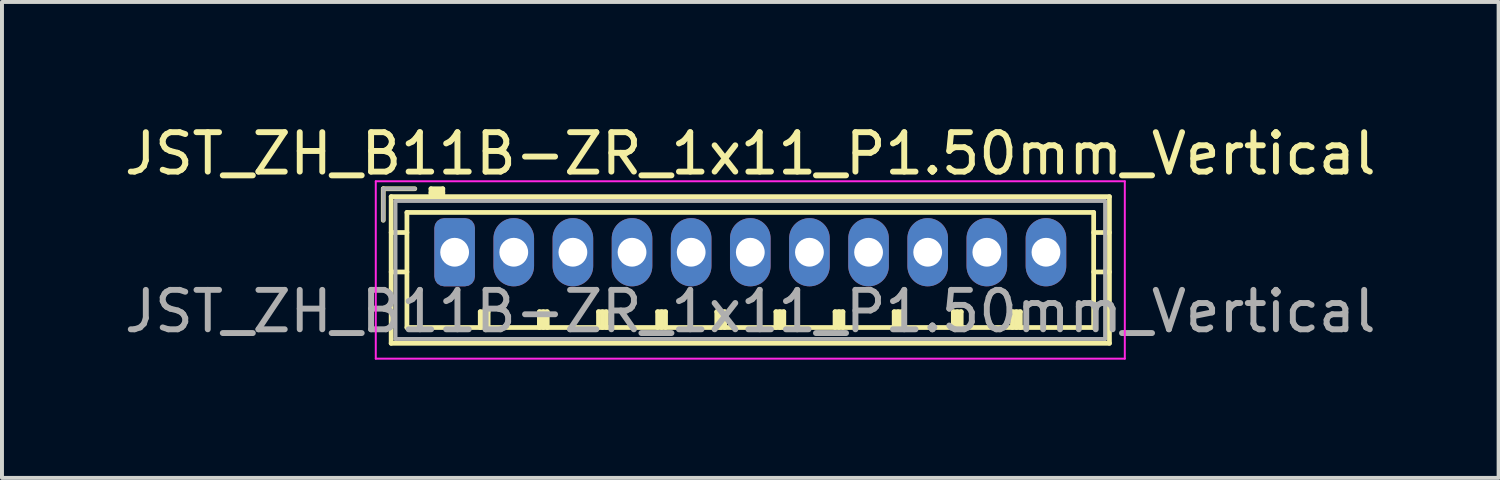
<source format=kicad_pcb>
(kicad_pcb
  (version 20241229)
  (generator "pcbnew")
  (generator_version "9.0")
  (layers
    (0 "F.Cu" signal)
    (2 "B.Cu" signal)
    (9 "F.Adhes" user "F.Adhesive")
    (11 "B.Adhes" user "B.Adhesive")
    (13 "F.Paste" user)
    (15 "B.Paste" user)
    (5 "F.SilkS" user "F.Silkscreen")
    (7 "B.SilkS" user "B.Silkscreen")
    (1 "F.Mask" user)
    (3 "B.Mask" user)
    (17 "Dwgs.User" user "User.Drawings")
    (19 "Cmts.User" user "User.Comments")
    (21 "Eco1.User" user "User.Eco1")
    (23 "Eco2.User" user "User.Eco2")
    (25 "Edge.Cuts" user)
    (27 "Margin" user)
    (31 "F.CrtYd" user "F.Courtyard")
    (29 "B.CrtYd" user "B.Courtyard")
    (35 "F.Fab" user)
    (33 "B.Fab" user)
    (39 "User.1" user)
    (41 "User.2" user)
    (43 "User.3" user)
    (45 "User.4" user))
  (footprint "JST_ZH_B11B-ZR_1x11_P1.50mm_Vertical"
    (layer "F.Cu")
    (at 8.482 3.348)
    (property "Reference" "JST_ZH_B11B-ZR_1x11_P1.50mm_Vertical" (at 7.5 -2.5 0) (layer "F.SilkS") (effects (font (size 1 1) (thickness 0.15))))
    (attr through_hole)
    (fp_line (start -1.81 -1.61) (end -1.81 -0.81) (stroke (width 0.12) (type solid)) (layer "F.SilkS"))
    (fp_line (start -1.61 -1.41) (end -1.61 2.31) (stroke (width 0.12) (type solid)) (layer "F.SilkS"))
    (fp_line (start -1.61 -0.5) (end -1.21 -0.5) (stroke (width 0.12) (type solid)) (layer "F.SilkS"))
    (fp_line (start -1.61 0.5) (end -1.21 0.5) (stroke (width 0.12) (type solid)) (layer "F.SilkS"))
    (fp_line (start -1.61 2.31) (end 16.61 2.31) (stroke (width 0.12) (type solid)) (layer "F.SilkS"))
    (fp_line (start -1.21 -1.01) (end -1.21 1.91) (stroke (width 0.12) (type solid)) (layer "F.SilkS"))
    (fp_line (start -1.21 1.91) (end 16.21 1.91) (stroke (width 0.12) (type solid)) (layer "F.SilkS"))
    (fp_line (start -1.01 -1.61) (end -1.81 -1.61) (stroke (width 0.12) (type solid)) (layer "F.SilkS"))
    (fp_line (start -0.6 -1.61) (end -0.6 -1.41) (stroke (width 0.12) (type solid)) (layer "F.SilkS"))
    (fp_line (start -0.3 -1.61) (end -0.6 -1.61) (stroke (width 0.12) (type solid)) (layer "F.SilkS"))
    (fp_line (start -0.3 -1.51) (end -0.6 -1.51) (stroke (width 0.12) (type solid)) (layer "F.SilkS"))
    (fp_line (start -0.3 -1.41) (end -0.3 -1.61) (stroke (width 0.12) (type solid)) (layer "F.SilkS"))
    (fp_line (start 0.65 1.51) (end 0.85 1.51) (stroke (width 0.12) (type solid)) (layer "F.SilkS"))
    (fp_line (start 0.65 1.91) (end 0.65 1.51) (stroke (width 0.12) (type solid)) (layer "F.SilkS"))
    (fp_line (start 0.75 1.91) (end 0.75 1.51) (stroke (width 0.12) (type solid)) (layer "F.SilkS"))
    (fp_line (start 0.85 1.51) (end 0.85 1.91) (stroke (width 0.12) (type solid)) (layer "F.SilkS"))
    (fp_line (start 2.15 1.51) (end 2.35 1.51) (stroke (width 0.12) (type solid)) (layer "F.SilkS"))
    (fp_line (start 2.15 1.91) (end 2.15 1.51) (stroke (width 0.12) (type solid)) (layer "F.SilkS"))
    (fp_line (start 2.25 1.91) (end 2.25 1.51) (stroke (width 0.12) (type solid)) (layer "F.SilkS"))
    (fp_line (start 2.35 1.51) (end 2.35 1.91) (stroke (width 0.12) (type solid)) (layer "F.SilkS"))
    (fp_line (start 3.65 1.51) (end 3.85 1.51) (stroke (width 0.12) (type solid)) (layer "F.SilkS"))
    (fp_line (start 3.65 1.91) (end 3.65 1.51) (stroke (width 0.12) (type solid)) (layer "F.SilkS"))
    (fp_line (start 3.75 1.91) (end 3.75 1.51) (stroke (width 0.12) (type solid)) (layer "F.SilkS"))
    (fp_line (start 3.85 1.51) (end 3.85 1.91) (stroke (width 0.12) (type solid)) (layer "F.SilkS"))
    (fp_line (start 5.15 1.51) (end 5.35 1.51) (stroke (width 0.12) (type solid)) (layer "F.SilkS"))
    (fp_line (start 5.15 1.91) (end 5.15 1.51) (stroke (width 0.12) (type solid)) (layer "F.SilkS"))
    (fp_line (start 5.25 1.91) (end 5.25 1.51) (stroke (width 0.12) (type solid)) (layer "F.SilkS"))
    (fp_line (start 5.35 1.51) (end 5.35 1.91) (stroke (width 0.12) (type solid)) (layer "F.SilkS"))
    (fp_line (start 6.65 1.51) (end 6.85 1.51) (stroke (width 0.12) (type solid)) (layer "F.SilkS"))
    (fp_line (start 6.65 1.91) (end 6.65 1.51) (stroke (width 0.12) (type solid)) (layer "F.SilkS"))
    (fp_line (start 6.75 1.91) (end 6.75 1.51) (stroke (width 0.12) (type solid)) (layer "F.SilkS"))
    (fp_line (start 6.85 1.51) (end 6.85 1.91) (stroke (width 0.12) (type solid)) (layer "F.SilkS"))
    (fp_line (start 8.15 1.51) (end 8.35 1.51) (stroke (width 0.12) (type solid)) (layer "F.SilkS"))
    (fp_line (start 8.15 1.91) (end 8.15 1.51) (stroke (width 0.12) (type solid)) (layer "F.SilkS"))
    (fp_line (start 8.25 1.91) (end 8.25 1.51) (stroke (width 0.12) (type solid)) (layer "F.SilkS"))
    (fp_line (start 8.35 1.51) (end 8.35 1.91) (stroke (width 0.12) (type solid)) (layer "F.SilkS"))
    (fp_line (start 9.65 1.51) (end 9.85 1.51) (stroke (width 0.12) (type solid)) (layer "F.SilkS"))
    (fp_line (start 9.65 1.91) (end 9.65 1.51) (stroke (width 0.12) (type solid)) (layer "F.SilkS"))
    (fp_line (start 9.75 1.91) (end 9.75 1.51) (stroke (width 0.12) (type solid)) (layer "F.SilkS"))
    (fp_line (start 9.85 1.51) (end 9.85 1.91) (stroke (width 0.12) (type solid)) (layer "F.SilkS"))
    (fp_line (start 11.15 1.51) (end 11.35 1.51) (stroke (width 0.12) (type solid)) (layer "F.SilkS"))
    (fp_line (start 11.15 1.91) (end 11.15 1.51) (stroke (width 0.12) (type solid)) (layer "F.SilkS"))
    (fp_line (start 11.25 1.91) (end 11.25 1.51) (stroke (width 0.12) (type solid)) (layer "F.SilkS"))
    (fp_line (start 11.35 1.51) (end 11.35 1.91) (stroke (width 0.12) (type solid)) (layer "F.SilkS"))
    (fp_line (start 12.65 1.51) (end 12.85 1.51) (stroke (width 0.12) (type solid)) (layer "F.SilkS"))
    (fp_line (start 12.65 1.91) (end 12.65 1.51) (stroke (width 0.12) (type solid)) (layer "F.SilkS"))
    (fp_line (start 12.75 1.91) (end 12.75 1.51) (stroke (width 0.12) (type solid)) (layer "F.SilkS"))
    (fp_line (start 12.85 1.51) (end 12.85 1.91) (stroke (width 0.12) (type solid)) (layer "F.SilkS"))
    (fp_line (start 14.15 1.51) (end 14.35 1.51) (stroke (width 0.12) (type solid)) (layer "F.SilkS"))
    (fp_line (start 14.15 1.91) (end 14.15 1.51) (stroke (width 0.12) (type solid)) (layer "F.SilkS"))
    (fp_line (start 14.25 1.91) (end 14.25 1.51) (stroke (width 0.12) (type solid)) (layer "F.SilkS"))
    (fp_line (start 14.35 1.51) (end 14.35 1.91) (stroke (width 0.12) (type solid)) (layer "F.SilkS"))
    (fp_line (start 16.21 -1.01) (end -1.21 -1.01) (stroke (width 0.12) (type solid)) (layer "F.SilkS"))
    (fp_line (start 16.21 1.91) (end 16.21 -1.01) (stroke (width 0.12) (type solid)) (layer "F.SilkS"))
    (fp_line (start 16.61 -1.41) (end -1.61 -1.41) (stroke (width 0.12) (type solid)) (layer "F.SilkS"))
    (fp_line (start 16.61 -0.5) (end 16.21 -0.5) (stroke (width 0.12) (type solid)) (layer "F.SilkS"))
    (fp_line (start 16.61 0.5) (end 16.21 0.5) (stroke (width 0.12) (type solid)) (layer "F.SilkS"))
    (fp_line (start 16.61 2.31) (end 16.61 -1.41) (stroke (width 0.12) (type solid)) (layer "F.SilkS"))
    (fp_line (start -2 -1.8) (end -2 2.7) (stroke (width 0.05) (type solid)) (layer "F.CrtYd"))
    (fp_line (start -2 2.7) (end 17 2.7) (stroke (width 0.05) (type solid)) (layer "F.CrtYd"))
    (fp_line (start 17 -1.8) (end -2 -1.8) (stroke (width 0.05) (type solid)) (layer "F.CrtYd"))
    (fp_line (start 17 2.7) (end 17 -1.8) (stroke (width 0.05) (type solid)) (layer "F.CrtYd"))
    (fp_line (start -1.81 -1.61) (end -1.81 -0.81) (stroke (width 0.1) (type solid)) (layer "F.Fab"))
    (fp_line (start -1.5 -1.3) (end -1.5 2.2) (stroke (width 0.1) (type solid)) (layer "F.Fab"))
    (fp_line (start -1.5 2.2) (end 16.5 2.2) (stroke (width 0.1) (type solid)) (layer "F.Fab"))
    (fp_line (start -1.01 -1.61) (end -1.81 -1.61) (stroke (width 0.1) (type solid)) (layer "F.Fab"))
    (fp_line (start 16.5 -1.3) (end -1.5 -1.3) (stroke (width 0.1) (type solid)) (layer "F.Fab"))
    (fp_line (start 16.5 2.2) (end 16.5 -1.3) (stroke (width 0.1) (type solid)) (layer "F.Fab"))
    (fp_text user "${REFERENCE}" (at 7.5 1.5 0) (layer "F.Fab") (effects (font (size 1 1) (thickness 0.15))))
    (pad "1" thru_hole roundrect (at 0 0) (size 1.03 1.73) (drill 0.73) (layers "*.Cu" "*.Mask") (roundrect_rratio 0.243))
    (pad "2" thru_hole oval (at 1.5 0) (size 1.03 1.73) (drill 0.73) (layers "*.Cu" "*.Mask"))
    (pad "3" thru_hole oval (at 3 0) (size 1.03 1.73) (drill 0.73) (layers "*.Cu" "*.Mask"))
    (pad "4" thru_hole oval (at 4.5 0) (size 1.03 1.73) (drill 0.73) (layers "*.Cu" "*.Mask"))
    (pad "5" thru_hole oval (at 6 0) (size 1.03 1.73) (drill 0.73) (layers "*.Cu" "*.Mask"))
    (pad "6" thru_hole oval (at 7.5 0) (size 1.03 1.73) (drill 0.73) (layers "*.Cu" "*.Mask"))
    (pad "7" thru_hole oval (at 9 0) (size 1.03 1.73) (drill 0.73) (layers "*.Cu" "*.Mask"))
    (pad "8" thru_hole oval (at 10.5 0) (size 1.03 1.73) (drill 0.73) (layers "*.Cu" "*.Mask"))
    (pad "9" thru_hole oval (at 12 0) (size 1.03 1.73) (drill 0.73) (layers "*.Cu" "*.Mask"))
    (pad "10" thru_hole oval (at 13.5 0) (size 1.03 1.73) (drill 0.73) (layers "*.Cu" "*.Mask"))
    (pad "11" thru_hole oval (at 15 0) (size 1.03 1.73) (drill 0.73) (layers "*.Cu" "*.Mask")))
  (gr_rect
    (start -3 -3)
    (end 34.964 9.073)
    (stroke (width 0.1) (type default))
    (fill no)
    (layer "Edge.Cuts")))
</source>
